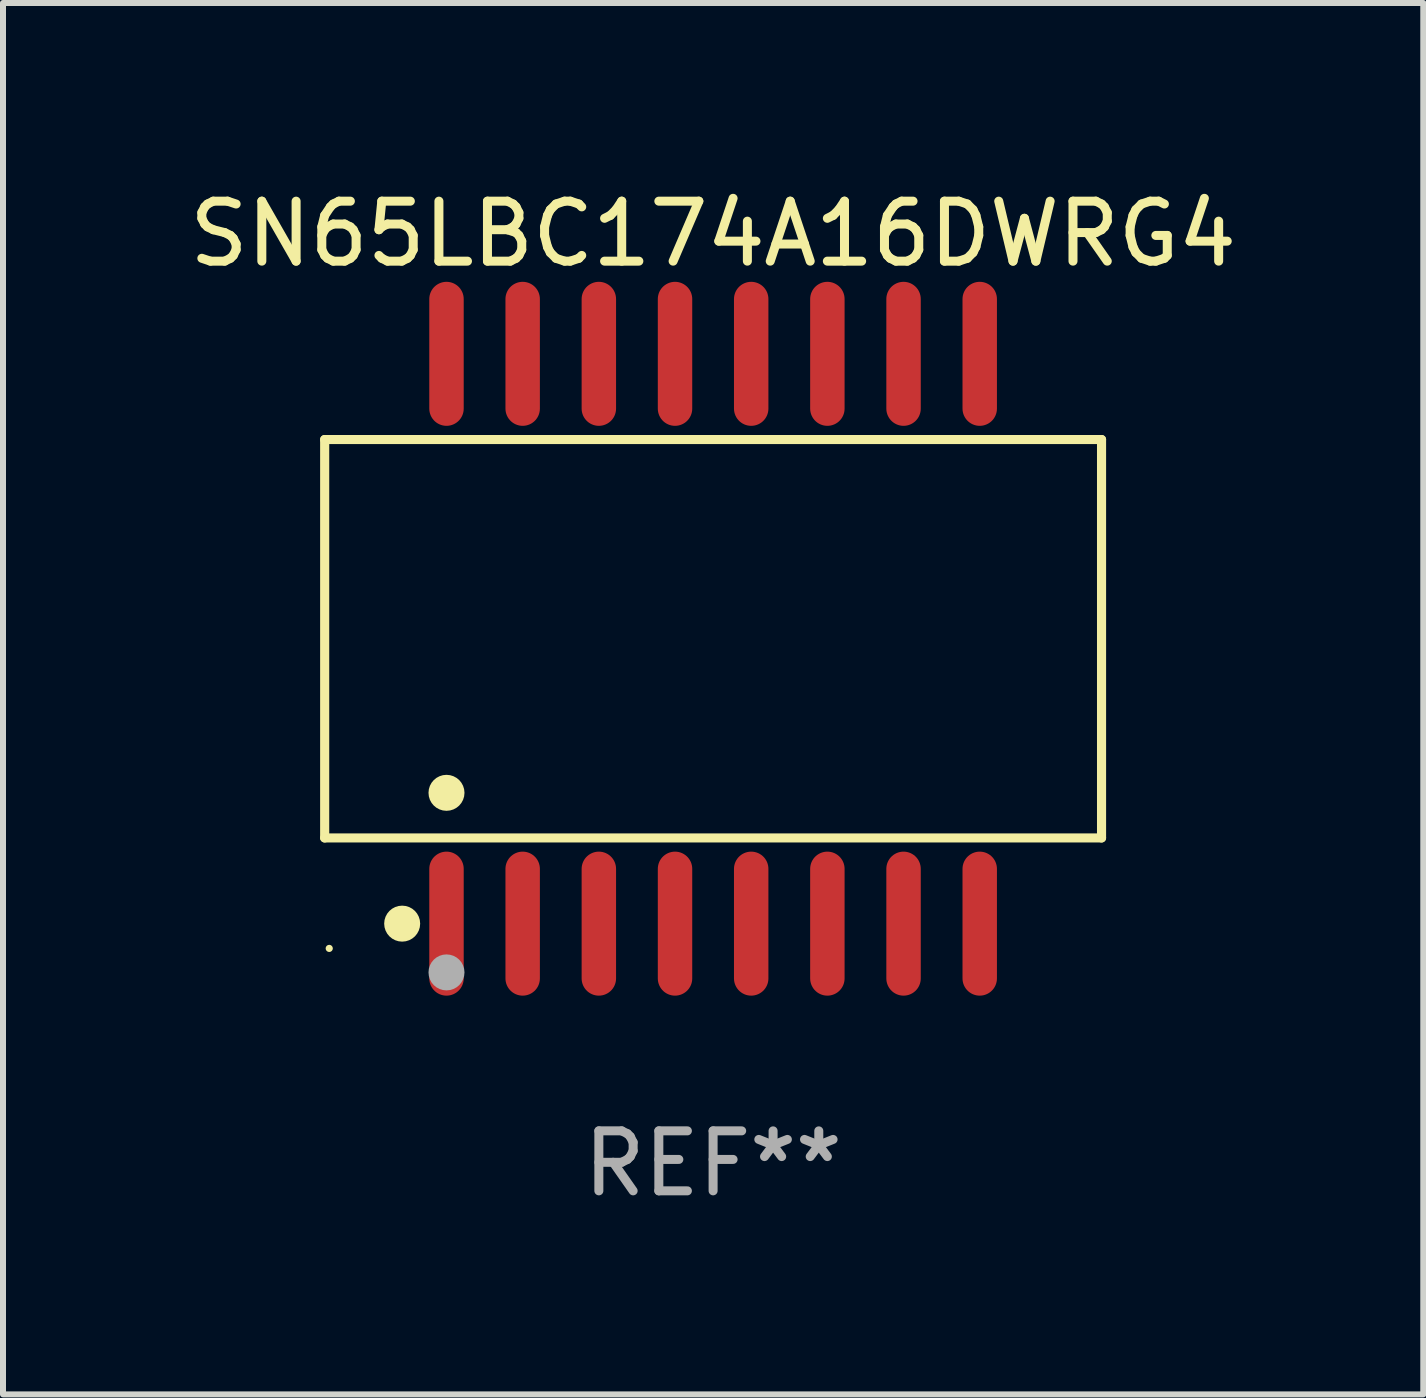
<source format=kicad_pcb>
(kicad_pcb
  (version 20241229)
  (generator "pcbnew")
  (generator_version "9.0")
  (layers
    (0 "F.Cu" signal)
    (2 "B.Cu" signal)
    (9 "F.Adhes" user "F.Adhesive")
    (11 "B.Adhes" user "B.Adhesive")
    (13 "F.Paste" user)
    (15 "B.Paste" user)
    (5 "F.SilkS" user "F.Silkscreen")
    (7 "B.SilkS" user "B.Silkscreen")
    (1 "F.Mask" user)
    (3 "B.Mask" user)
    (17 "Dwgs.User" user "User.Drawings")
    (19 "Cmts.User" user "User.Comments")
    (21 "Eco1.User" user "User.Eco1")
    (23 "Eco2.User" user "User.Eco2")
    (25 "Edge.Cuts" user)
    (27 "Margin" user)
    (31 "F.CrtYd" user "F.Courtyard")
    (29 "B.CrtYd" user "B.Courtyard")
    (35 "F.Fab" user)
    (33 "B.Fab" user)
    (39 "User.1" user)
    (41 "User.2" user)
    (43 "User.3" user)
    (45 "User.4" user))
  (footprint "SN65LBC174A16DWRG4"
    (layer "F.Cu")
    (at 8.839 7.599)
    (property "Reference" "SN65LBC174A16DWRG4" (at 0 -6.75 0) (layer "F.SilkS") (effects (font (size 1 1) (thickness 0.15))))
    (attr through_hole)
    (fp_line (start -6.476 -3.321) (end 6.476 -3.321) (stroke (width 0.152) (type solid)) (layer "F.SilkS"))
    (fp_line (start -6.476 3.321) (end -6.476 -3.321) (stroke (width 0.152) (type solid)) (layer "F.SilkS"))
    (fp_line (start 6.476 -3.321) (end 6.476 3.321) (stroke (width 0.152) (type solid)) (layer "F.SilkS"))
    (fp_line (start 6.476 3.321) (end -6.476 3.321) (stroke (width 0.152) (type solid)) (layer "F.SilkS"))
    (fp_circle (center -6.4 5.163) (end -6.37 5.163) (stroke (width 0.06) (type solid)) (fill no) (layer "F.SilkS"))
    (fp_circle (center -5.184 4.75) (end -5.034 4.75) (stroke (width 0.3) (type solid)) (fill no) (layer "F.SilkS"))
    (fp_circle (center -4.445 2.569) (end -4.295 2.569) (stroke (width 0.3) (type solid)) (fill no) (layer "F.SilkS"))
    (fp_circle (center -4.445 5.563) (end -4.295 5.563) (stroke (width 0.3) (type solid)) (fill no) (layer "F.Fab"))
    (fp_text user "REF**" (at 0 8.75 0) (layer "F.Fab") (effects (font (size 1 1) (thickness 0.15))))
    (pad "1" smd oval (at -4.445 4.75) (size 0.574 2.401) (layers "F.Cu" "F.Mask" "F.Paste"))
    (pad "2" smd oval (at -3.175 4.75) (size 0.574 2.401) (layers "F.Cu" "F.Mask" "F.Paste"))
    (pad "3" smd oval (at -1.905 4.75) (size 0.574 2.401) (layers "F.Cu" "F.Mask" "F.Paste"))
    (pad "4" smd oval (at -0.635 4.75) (size 0.574 2.401) (layers "F.Cu" "F.Mask" "F.Paste"))
    (pad "5" smd oval (at 0.635 4.75) (size 0.574 2.401) (layers "F.Cu" "F.Mask" "F.Paste"))
    (pad "6" smd oval (at 1.905 4.75) (size 0.574 2.401) (layers "F.Cu" "F.Mask" "F.Paste"))
    (pad "7" smd oval (at 3.175 4.75) (size 0.574 2.401) (layers "F.Cu" "F.Mask" "F.Paste"))
    (pad "8" smd oval (at 4.445 4.75) (size 0.574 2.401) (layers "F.Cu" "F.Mask" "F.Paste"))
    (pad "9" smd oval (at 4.445 -4.75) (size 0.574 2.401) (layers "F.Cu" "F.Mask" "F.Paste"))
    (pad "10" smd oval (at 3.175 -4.75) (size 0.574 2.401) (layers "F.Cu" "F.Mask" "F.Paste"))
    (pad "11" smd oval (at 1.905 -4.75) (size 0.574 2.401) (layers "F.Cu" "F.Mask" "F.Paste"))
    (pad "12" smd oval (at 0.635 -4.75) (size 0.574 2.401) (layers "F.Cu" "F.Mask" "F.Paste"))
    (pad "13" smd oval (at -0.635 -4.75) (size 0.574 2.401) (layers "F.Cu" "F.Mask" "F.Paste"))
    (pad "14" smd oval (at -1.905 -4.75) (size 0.574 2.401) (layers "F.Cu" "F.Mask" "F.Paste"))
    (pad "15" smd oval (at -3.175 -4.75) (size 0.574 2.401) (layers "F.Cu" "F.Mask" "F.Paste"))
    (pad "16" smd oval (at -4.445 -4.75) (size 0.574 2.401) (layers "F.Cu" "F.Mask" "F.Paste")))
  (gr_rect
    (start -3 -3)
    (end 20.679 20.197)
    (stroke (width 0.1) (type default))
    (fill no)
    (layer "Edge.Cuts")))
</source>
